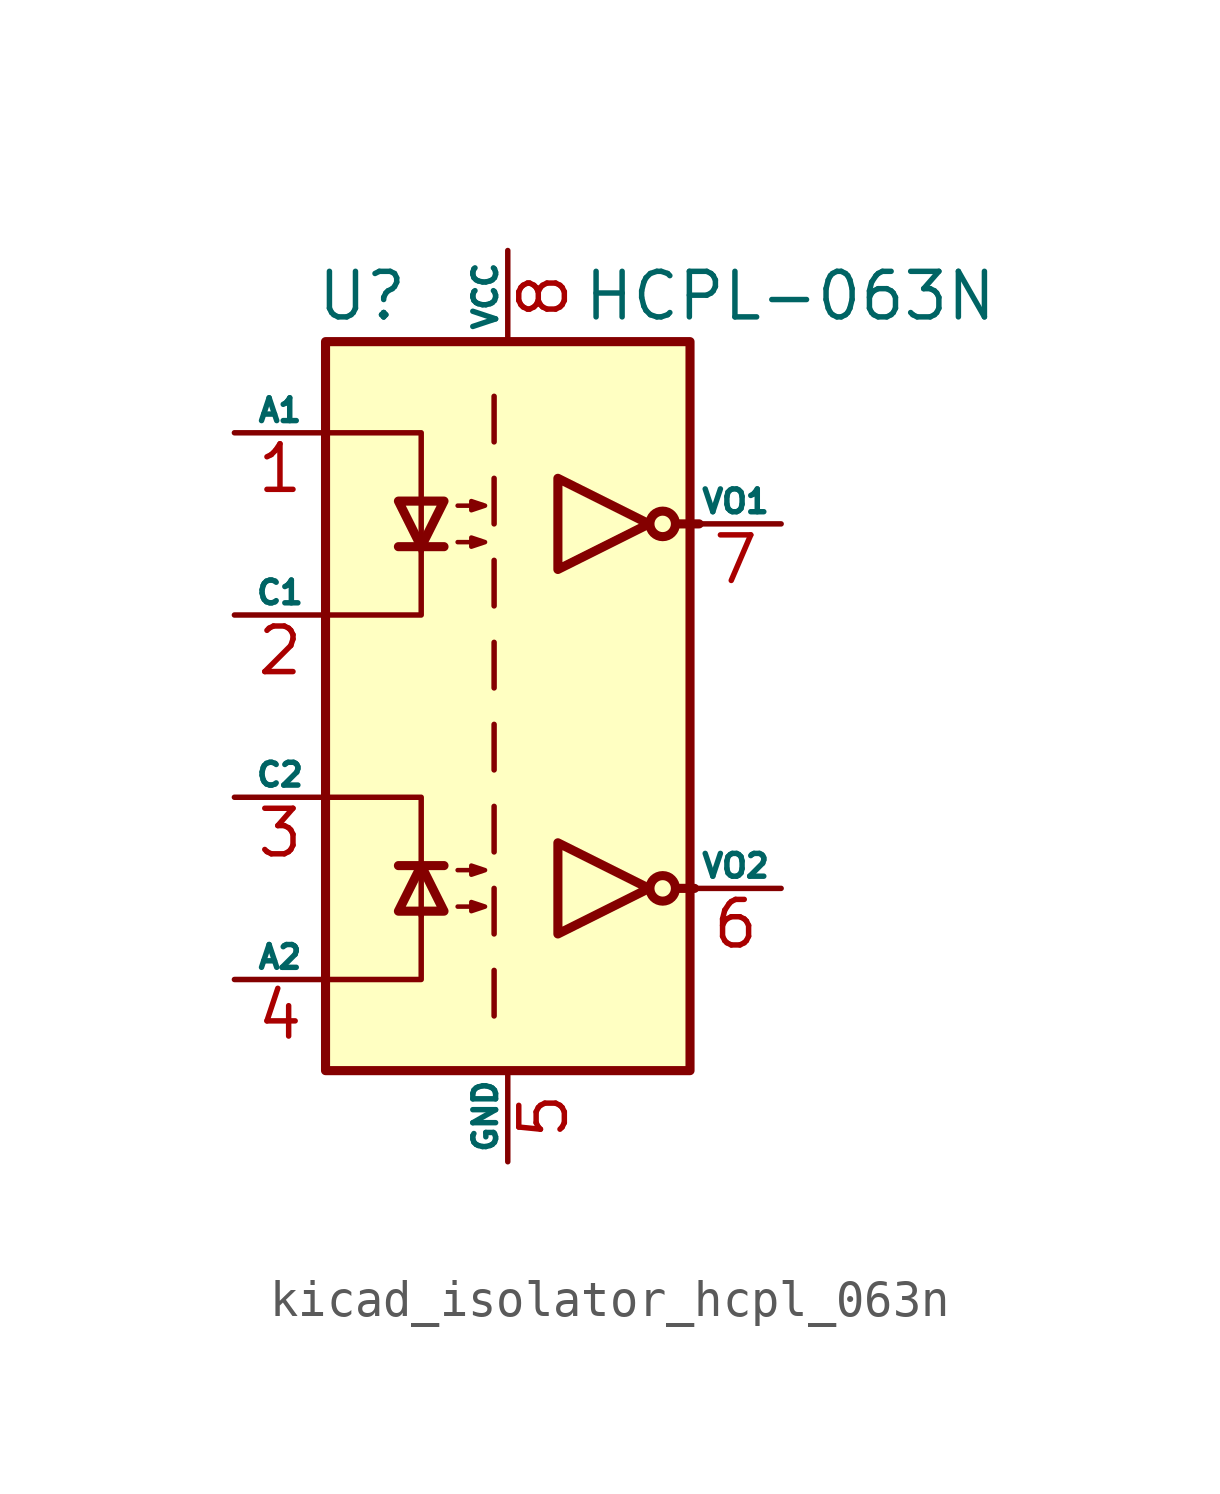
<source format=kicad_sym>
(kicad_symbol_lib
  (version 20220914)
  (generator kicad_symbol_editor)
  (symbol "kicad_isolator_hcpl_063n"
    (pin_names
      (offset 0))
    (property "Reference" "U"
      (at -4.064 11.43 0)
      (effects (font (size 1.27 1.27))))
    (property "Value" "HCPL-063N"
      (at 7.874 11.43 0)
      (effects (font (size 1.27 1.27))))
    (symbol "kicad_isolator_hcpl_063n_0_1"
      (rectangle (start -5.08 10.16) (end 5.08 -10.16) (stroke (width 0.254) (type default)) (fill (type background))))
    (symbol "kicad_isolator_hcpl_063n_1_1"
      (polyline (pts (xy -3.048 -4.445) (xy -1.778 -4.445)) (stroke (width 0.254) (type default)) (fill (type none)))
      (polyline (pts (xy -3.048 4.445) (xy -1.778 4.445)) (stroke (width 0.254) (type default)) (fill (type none)))
      (polyline (pts (xy -0.381 -7.366) (xy -0.381 -8.636)) (stroke (width 0) (type default)) (fill (type none)))
      (polyline (pts (xy -0.381 -5.08) (xy -0.381 -6.35)) (stroke (width 0) (type default)) (fill (type none)))
      (polyline (pts (xy -0.381 -2.794) (xy -0.381 -4.064)) (stroke (width 0) (type default)) (fill (type none)))
      (polyline (pts (xy -0.381 -0.508) (xy -0.381 -1.778)) (stroke (width 0) (type default)) (fill (type none)))
      (polyline (pts (xy -0.381 1.778) (xy -0.381 0.508)) (stroke (width 0) (type default)) (fill (type none)))
      (polyline (pts (xy -0.381 4.064) (xy -0.381 2.794)) (stroke (width 0) (type default)) (fill (type none)))
      (polyline (pts (xy -0.381 6.35) (xy -0.381 5.08)) (stroke (width 0) (type default)) (fill (type none)))
      (polyline (pts (xy -0.381 8.636) (xy -0.381 7.366)) (stroke (width 0) (type default)) (fill (type none)))
      (polyline (pts (xy 4.699 -5.08) (xy 5.207 -5.08)) (stroke (width 0.254) (type default)) (fill (type none)))
      (polyline (pts (xy 4.699 5.08) (xy 5.334 5.08)) (stroke (width 0.254) (type default)) (fill (type none)))
      (polyline (pts (xy -4.953 -7.62) (xy -2.413 -7.62) (xy -2.413 -5.715)) (stroke (width 0) (type default)) (fill (type none)))
      (polyline (pts (xy -4.953 7.62) (xy -2.413 7.62) (xy -2.413 4.318)) (stroke (width 0) (type default)) (fill (type none)))
      (polyline (pts (xy -2.413 -5.842) (xy -2.413 -2.54) (xy -4.953 -2.54)) (stroke (width 0) (type default)) (fill (type none)))
      (polyline (pts (xy -2.413 4.445) (xy -2.413 2.54) (xy -4.953 2.54)) (stroke (width 0) (type default)) (fill (type none)))
      (polyline (pts (xy -2.413 -4.445) (xy -3.048 -5.715) (xy -1.778 -5.715) (xy -2.413 -4.445)) (stroke (width 0.254) (type default)) (fill (type none)))
      (polyline (pts (xy -2.413 4.445) (xy -3.048 5.715) (xy -1.778 5.715) (xy -2.413 4.445)) (stroke (width 0.254) (type default)) (fill (type none)))
      (polyline (pts (xy 3.937 -5.08) (xy 1.397 -3.81) (xy 1.397 -6.35) (xy 3.937 -5.08)) (stroke (width 0.254) (type default)) (fill (type none)))
      (polyline (pts (xy 3.937 5.08) (xy 1.397 6.35) (xy 1.397 3.81) (xy 3.937 5.08)) (stroke (width 0.254) (type default)) (fill (type none)))
      (polyline (pts (xy -1.397 -5.588) (xy -0.635 -5.588) (xy -1.016 -5.715) (xy -1.016 -5.461) (xy -0.635 -5.588)) (stroke (width 0.127) (type default)) (fill (type none)))
      (polyline (pts (xy -1.397 -4.572) (xy -0.635 -4.572) (xy -1.016 -4.699) (xy -1.016 -4.445) (xy -0.635 -4.572)) (stroke (width 0.127) (type default)) (fill (type none)))
      (polyline (pts (xy -1.397 4.572) (xy -0.635 4.572) (xy -1.016 4.445) (xy -1.016 4.699) (xy -0.635 4.572)) (stroke (width 0.127) (type default)) (fill (type none)))
      (polyline (pts (xy -1.397 5.588) (xy -0.635 5.588) (xy -1.016 5.461) (xy -1.016 5.715) (xy -0.635 5.588)) (stroke (width 0.127) (type default)) (fill (type none)))
      (circle (center 4.318 -5.08) (radius 0.356) (stroke (width 0.254) (type default)) (fill (type none)))
      (circle (center 4.318 5.08) (radius 0.356) (stroke (width 0.254) (type default)) (fill (type none)))
      (pin passive line (at -7.62 7.62 0) (length 2.54) (name "A1" (effects (font (size 0.635 0.635)))) (number "1" (effects (font (size 1.27 1.27)))))
      (pin passive line (at -7.62 2.54 0) (length 2.54) (name "C1" (effects (font (size 0.635 0.635)))) (number "2" (effects (font (size 1.27 1.27)))))
      (pin passive line (at -7.62 -2.54 0) (length 2.54) (name "C2" (effects (font (size 0.635 0.635)))) (number "3" (effects (font (size 1.27 1.27)))))
      (pin passive line (at -7.62 -7.62 0) (length 2.54) (name "A2" (effects (font (size 0.635 0.635)))) (number "4" (effects (font (size 1.27 1.27)))))
      (pin power_in line (at 0 -12.7 90) (length 2.54) (name "GND" (effects (font (size 0.635 0.635)))) (number "5" (effects (font (size 1.27 1.27)))))
      (pin open_collector line (at 7.62 -5.08 180) (length 2.54) (name "VO2" (effects (font (size 0.635 0.635)))) (number "6" (effects (font (size 1.27 1.27)))))
      (pin open_collector line (at 7.62 5.08 180) (length 2.54) (name "VO1" (effects (font (size 0.635 0.635)))) (number "7" (effects (font (size 1.27 1.27)))))
      (pin power_in line (at 0 12.7 270) (length 2.54) (name "VCC" (effects (font (size 0.635 0.635)))) (number "8" (effects (font (size 1.27 1.27))))))))
</source>
